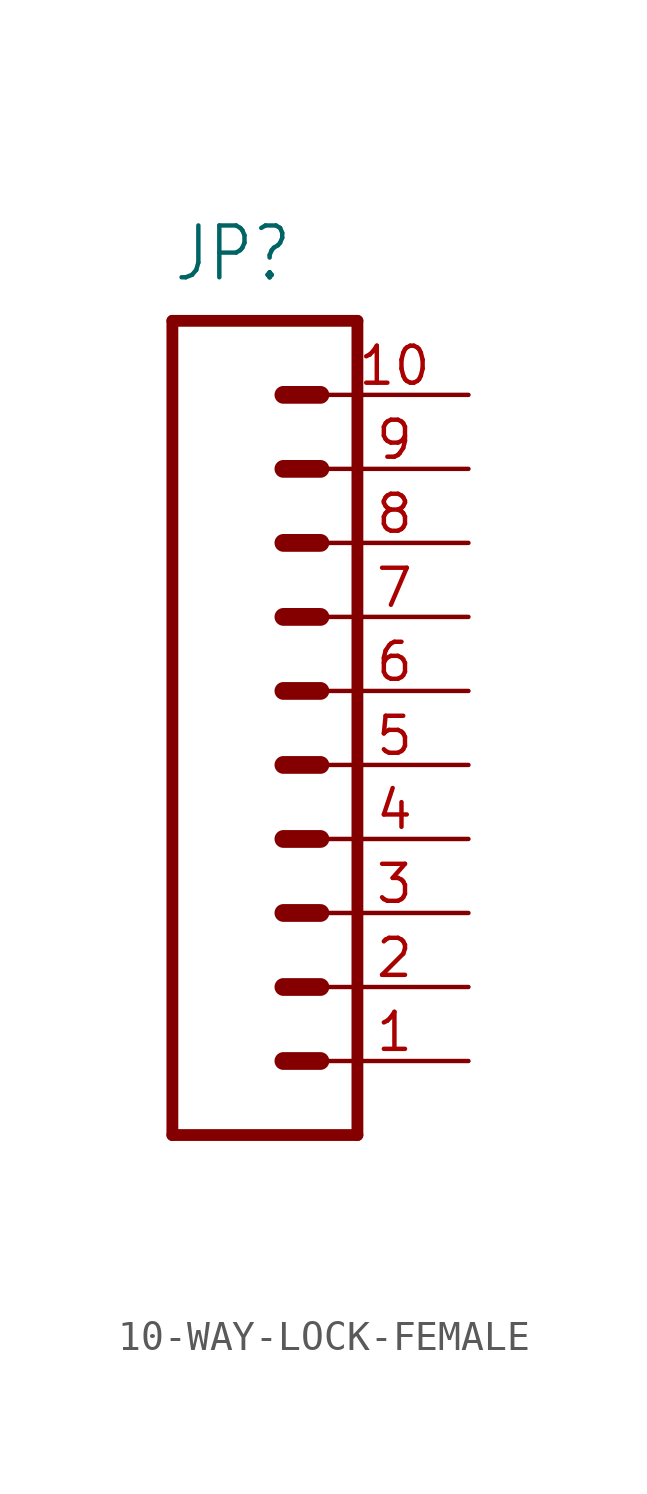
<source format=kicad_sym>
(kicad_symbol_lib
  (version 20220914)
  (generator kicad_symbol_editor)
  (symbol "10-WAY-LOCK-FEMALE"
    (property "Reference" "JP"
      (at 0 8.89 0)
      (effects (font (size 1.778 1.511)) (justify left bottom)))
    (property "Value" ""
      (at 0 -22.86 0)
      (effects (font (size 1.778 1.511)) (justify left bottom)))
    (property "ki_locked" ""
      (at 0 0 0)
      (effects (font (size 1.27 1.27))))
    (symbol "10-WAY-LOCK-FEMALE_1_0"
      (polyline (pts (xy 0 7.62) (xy 0 -20.32)) (stroke (width 0.406) (type solid)) (fill (type none)))
      (polyline (pts (xy 0 7.62) (xy 6.35 7.62)) (stroke (width 0.406) (type solid)) (fill (type none)))
      (polyline (pts (xy 3.81 -17.78) (xy 5.08 -17.78)) (stroke (width 0.61) (type solid)) (fill (type none)))
      (polyline (pts (xy 3.81 -15.24) (xy 5.08 -15.24)) (stroke (width 0.61) (type solid)) (fill (type none)))
      (polyline (pts (xy 3.81 -12.7) (xy 5.08 -12.7)) (stroke (width 0.61) (type solid)) (fill (type none)))
      (polyline (pts (xy 3.81 -10.16) (xy 5.08 -10.16)) (stroke (width 0.61) (type solid)) (fill (type none)))
      (polyline (pts (xy 3.81 -7.62) (xy 5.08 -7.62)) (stroke (width 0.61) (type solid)) (fill (type none)))
      (polyline (pts (xy 3.81 -5.08) (xy 5.08 -5.08)) (stroke (width 0.61) (type solid)) (fill (type none)))
      (polyline (pts (xy 3.81 -2.54) (xy 5.08 -2.54)) (stroke (width 0.61) (type solid)) (fill (type none)))
      (polyline (pts (xy 3.81 0) (xy 5.08 0)) (stroke (width 0.61) (type solid)) (fill (type none)))
      (polyline (pts (xy 3.81 2.54) (xy 5.08 2.54)) (stroke (width 0.61) (type solid)) (fill (type none)))
      (polyline (pts (xy 3.81 5.08) (xy 5.08 5.08)) (stroke (width 0.61) (type solid)) (fill (type none)))
      (polyline (pts (xy 6.35 -20.32) (xy 0 -20.32)) (stroke (width 0.406) (type solid)) (fill (type none)))
      (polyline (pts (xy 6.35 -20.32) (xy 6.35 7.62)) (stroke (width 0.406) (type solid)) (fill (type none)))
      (pin passive line (at 10.16 -17.78 180) (length 5.08) (name "1" (effects (font (size 0 0)))) (number "1" (effects (font (size 1.27 1.27)))))
      (pin passive line (at 10.16 5.08 180) (length 5.08) (name "10" (effects (font (size 0 0)))) (number "10" (effects (font (size 1.27 1.27)))))
      (pin passive line (at 10.16 -15.24 180) (length 5.08) (name "2" (effects (font (size 0 0)))) (number "2" (effects (font (size 1.27 1.27)))))
      (pin passive line (at 10.16 -12.7 180) (length 5.08) (name "3" (effects (font (size 0 0)))) (number "3" (effects (font (size 1.27 1.27)))))
      (pin passive line (at 10.16 -10.16 180) (length 5.08) (name "4" (effects (font (size 0 0)))) (number "4" (effects (font (size 1.27 1.27)))))
      (pin passive line (at 10.16 -7.62 180) (length 5.08) (name "5" (effects (font (size 0 0)))) (number "5" (effects (font (size 1.27 1.27)))))
      (pin passive line (at 10.16 -5.08 180) (length 5.08) (name "6" (effects (font (size 0 0)))) (number "6" (effects (font (size 1.27 1.27)))))
      (pin passive line (at 10.16 -2.54 180) (length 5.08) (name "7" (effects (font (size 0 0)))) (number "7" (effects (font (size 1.27 1.27)))))
      (pin passive line (at 10.16 0 180) (length 5.08) (name "8" (effects (font (size 0 0)))) (number "8" (effects (font (size 1.27 1.27)))))
      (pin passive line (at 10.16 2.54 180) (length 5.08) (name "9" (effects (font (size 0 0)))) (number "9" (effects (font (size 1.27 1.27))))))))
</source>
